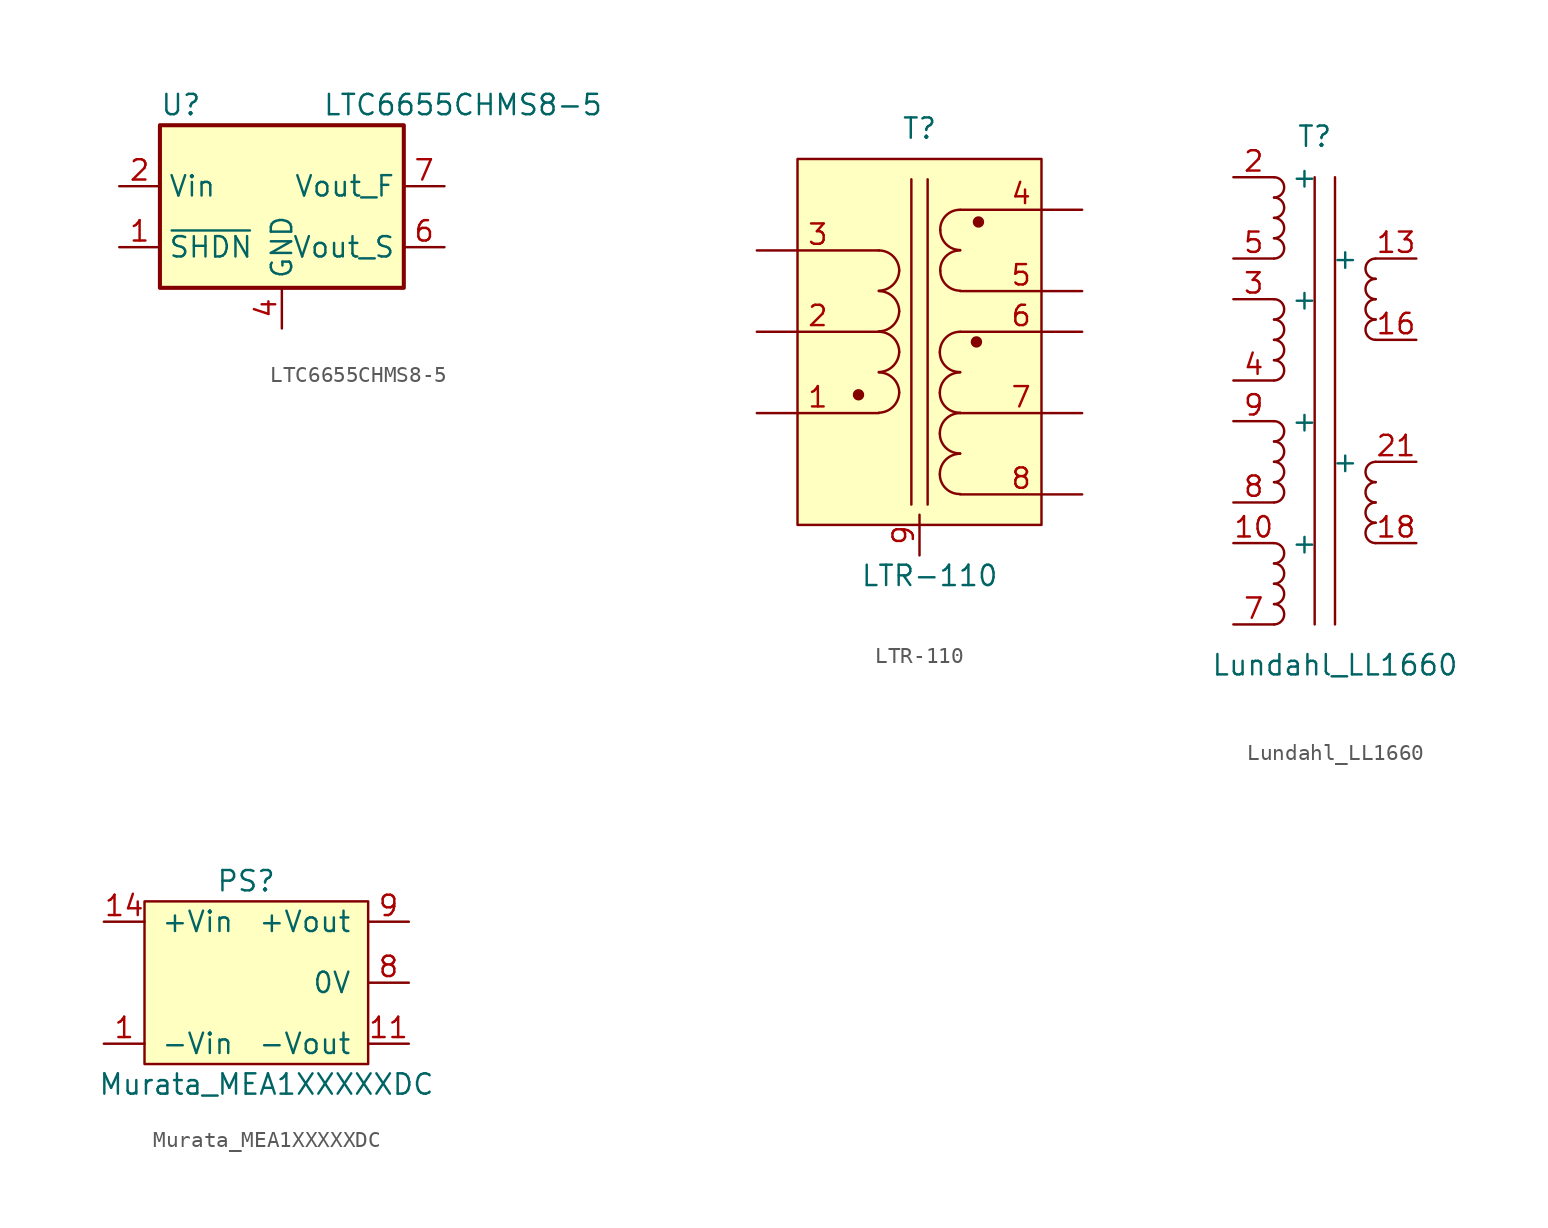
<source format=kicad_sym>
(kicad_symbol_lib
  (version 20211014)
  (generator kicad_symbol_editor)
  (symbol "LTC6655CHMS8-5"
    (property "Reference" "U"
      (at -7.62 6.35 0)
      (effects (font (size 1.27 1.27)) (justify left)))
    (property "Value" "LTC6655CHMS8-5"
      (at 2.54 6.35 0)
      (effects (font (size 1.27 1.27)) (justify left)))
    (symbol "LTC6655CHMS8-5_0_1"
      (rectangle (start -7.62 5.08) (end 7.62 -5.08) (stroke (width 0.254) (type default) (color 0 0 0 0)) (fill (type background))))
    (symbol "LTC6655CHMS8-5_1_1"
      (pin input line (at -10.16 -2.54 0) (length 2.54) (name "~{SHDN}" (effects (font (size 1.27 1.27)))) (number "1" (effects (font (size 1.27 1.27)))))
      (pin power_in line (at -10.16 1.27 0) (length 2.54) (name "Vin" (effects (font (size 1.27 1.27)))) (number "2" (effects (font (size 1.27 1.27)))))
      (pin power_in line (at 0 -7.62 90) (length 2.54) hide (name "GND" (effects (font (size 1.27 1.27)))) (number "3" (effects (font (size 1.27 1.27)))))
      (pin power_in line (at 0 -7.62 90) (length 2.54) (name "GND" (effects (font (size 1.27 1.27)))) (number "4" (effects (font (size 1.27 1.27)))))
      (pin power_in line (at 0 -7.62 90) (length 2.54) hide (name "GND" (effects (font (size 1.27 1.27)))) (number "5" (effects (font (size 1.27 1.27)))))
      (pin power_out line (at 10.16 -2.54 180) (length 2.54) (name "Vout_S" (effects (font (size 1.27 1.27)))) (number "6" (effects (font (size 1.27 1.27)))))
      (pin power_out line (at 10.16 1.27 180) (length 2.54) (name "Vout_F" (effects (font (size 1.27 1.27)))) (number "7" (effects (font (size 1.27 1.27)))))
      (pin power_in line (at 0 -7.62 90) (length 2.54) hide (name "GND" (effects (font (size 1.27 1.27)))) (number "8" (effects (font (size 1.27 1.27)))))))
  (symbol "LTR-110"
    (pin_names
      (offset 1.016) hide)
    (property "Reference" "T"
      (at 0 12.7 0)
      (effects (font (size 1.27 1.27))))
    (property "Value" "LTR-110"
      (at 0.635 -15.24 0)
      (effects (font (size 1.27 1.27))))
    (symbol "LTR-110_0_1"
      (rectangle (start -7.62 10.795) (end 7.62 -12.065) (stroke (width 0) (type default) (color 0 0 0 0)) (fill (type background)))
      (circle (center -3.81 -3.937) (radius 0.279) (stroke (width 0) (type default) (color 0 0 0 0)) (fill (type outline)))
      (arc (start -2.54 -5.0546) (mid -1.6599 -4.6901) (end -1.27 -3.81) (stroke (width 0) (type default) (color 0 0 0 0)) (fill (type none)))
      (arc (start -2.54 -2.5146) (mid -1.6599 -2.1501) (end -1.27 -1.27) (stroke (width 0) (type default) (color 0 0 0 0)) (fill (type none)))
      (arc (start -2.54 0.0254) (mid -1.6599 0.3899) (end -1.27 1.27) (stroke (width 0) (type default) (color 0 0 0 0)) (fill (type none)))
      (arc (start -2.54 2.5654) (mid -1.6599 2.9299) (end -1.27 3.81) (stroke (width 0) (type default) (color 0 0 0 0)) (fill (type none)))
      (arc (start -1.27 -3.81) (mid -1.642 -2.912) (end -2.54 -2.54) (stroke (width 0) (type default) (color 0 0 0 0)) (fill (type none)))
      (arc (start -1.27 -1.27) (mid -1.642 -0.372) (end -2.54 0) (stroke (width 0) (type default) (color 0 0 0 0)) (fill (type none)))
      (arc (start -1.27 1.27) (mid -1.642 2.168) (end -2.54 2.54) (stroke (width 0) (type default) (color 0 0 0 0)) (fill (type none)))
      (arc (start -1.27 3.81) (mid -1.642 4.708) (end -2.54 5.08) (stroke (width 0) (type default) (color 0 0 0 0)) (fill (type none)))
      (polyline (pts (xy -0.508 -10.795) (xy -0.508 9.525)) (stroke (width 0) (type default) (color 0 0 0 0)) (fill (type none)))
      (polyline (pts (xy 0.508 9.525) (xy 0.508 -10.795)) (stroke (width 0) (type default) (color 0 0 0 0)) (fill (type none)))
      (arc (start 1.27 -8.89) (mid 1.642 -9.788) (end 2.54 -10.1346) (stroke (width 0) (type default) (color 0 0 0 0)) (fill (type none)))
      (arc (start 1.27 -6.35) (mid 1.642 -7.248) (end 2.54 -7.5946) (stroke (width 0) (type default) (color 0 0 0 0)) (fill (type none)))
      (arc (start 1.27 -3.81) (mid 1.642 -4.708) (end 2.54 -5.0546) (stroke (width 0) (type default) (color 0 0 0 0)) (fill (type none)))
      (arc (start 1.27 -1.27) (mid 1.642 -2.168) (end 2.54 -2.5146) (stroke (width 0) (type default) (color 0 0 0 0)) (fill (type none)))
      (arc (start 1.2954 3.81) (mid 1.6599 2.9299) (end 2.54 2.5654) (stroke (width 0) (type default) (color 0 0 0 0)) (fill (type none)))
      (arc (start 1.2954 6.35) (mid 1.6599 5.4699) (end 2.54 5.1054) (stroke (width 0) (type default) (color 0 0 0 0)) (fill (type none)))
      (arc (start 2.54 -7.62) (mid 1.642 -7.992) (end 1.27 -8.89) (stroke (width 0) (type default) (color 0 0 0 0)) (fill (type none)))
      (arc (start 2.54 -5.08) (mid 1.642 -5.452) (end 1.27 -6.35) (stroke (width 0) (type default) (color 0 0 0 0)) (fill (type none)))
      (arc (start 2.54 -2.54) (mid 1.642 -2.912) (end 1.27 -3.81) (stroke (width 0) (type default) (color 0 0 0 0)) (fill (type none)))
      (arc (start 2.54 0) (mid 1.642 -0.372) (end 1.27 -1.27) (stroke (width 0) (type default) (color 0 0 0 0)) (fill (type none)))
      (arc (start 2.54 5.08) (mid 1.642 4.708) (end 1.2954 3.81) (stroke (width 0) (type default) (color 0 0 0 0)) (fill (type none)))
      (arc (start 2.54 7.62) (mid 1.642 7.248) (end 1.2954 6.35) (stroke (width 0) (type default) (color 0 0 0 0)) (fill (type none)))
      (circle (center 3.556 -0.635) (radius 0.279) (stroke (width 0) (type default) (color 0 0 0 0)) (fill (type outline)))
      (circle (center 3.683 6.858) (radius 0.279) (stroke (width 0) (type default) (color 0 0 0 0)) (fill (type outline))))
    (symbol "LTR-110_1_1"
      (pin passive line (at -10.16 -5.08 0) (length 7.62) (name "IN+" (effects (font (size 1.27 1.27)))) (number "1" (effects (font (size 1.27 1.27)))))
      (pin passive line (at -10.16 0 0) (length 7.62) (name "PM" (effects (font (size 1.27 1.27)))) (number "2" (effects (font (size 1.27 1.27)))))
      (pin passive line (at -10.16 5.08 0) (length 7.62) (name "IN-" (effects (font (size 1.27 1.27)))) (number "3" (effects (font (size 1.27 1.27)))))
      (pin passive line (at 10.16 7.62 180) (length 7.62) (name "OUT1A" (effects (font (size 1.27 1.27)))) (number "4" (effects (font (size 1.27 1.27)))))
      (pin passive line (at 10.16 2.54 180) (length 7.62) (name "OUT1B" (effects (font (size 1.27 1.27)))) (number "5" (effects (font (size 1.27 1.27)))))
      (pin passive line (at 10.16 0 180) (length 7.62) (name "IN+" (effects (font (size 1.27 1.27)))) (number "6" (effects (font (size 1.27 1.27)))))
      (pin passive line (at 10.16 -5.08 180) (length 7.62) (name "PM" (effects (font (size 1.27 1.27)))) (number "7" (effects (font (size 1.27 1.27)))))
      (pin passive line (at 10.16 -10.16 180) (length 7.62) (name "IN-" (effects (font (size 1.27 1.27)))) (number "8" (effects (font (size 1.27 1.27)))))
      (pin passive line (at 0 -13.97 90) (length 2.54) (name "G" (effects (font (size 1.27 1.27)))) (number "9" (effects (font (size 1.27 1.27)))))))
  (symbol "Lundahl_LL1660"
    (pin_names
      (offset 1.016))
    (property "Reference" "T"
      (at -1.27 10.16 0)
      (effects (font (size 1.27 1.27))))
    (property "Value" "Lundahl_LL1660"
      (at 0 -22.86 0)
      (effects (font (size 1.27 1.27))))
    (symbol "Lundahl_LL1660_0_1"
      (arc (start -3.81 -20.32) (mid -3.175 -19.685) (end -3.81 -19.05) (stroke (width 0) (type default) (color 0 0 0 0)) (fill (type none)))
      (arc (start -3.81 -19.05) (mid -3.175 -18.415) (end -3.81 -17.78) (stroke (width 0) (type default) (color 0 0 0 0)) (fill (type none)))
      (arc (start -3.81 -17.78) (mid -3.175 -17.145) (end -3.81 -16.51) (stroke (width 0) (type default) (color 0 0 0 0)) (fill (type none)))
      (arc (start -3.81 -16.51) (mid -3.175 -15.875) (end -3.81 -15.24) (stroke (width 0) (type default) (color 0 0 0 0)) (fill (type none)))
      (arc (start -3.81 -12.7) (mid -3.175 -12.065) (end -3.81 -11.43) (stroke (width 0) (type default) (color 0 0 0 0)) (fill (type none)))
      (arc (start -3.81 -11.43) (mid -3.175 -10.795) (end -3.81 -10.16) (stroke (width 0) (type default) (color 0 0 0 0)) (fill (type none)))
      (arc (start -3.81 -10.16) (mid -3.175 -9.525) (end -3.81 -8.89) (stroke (width 0) (type default) (color 0 0 0 0)) (fill (type none)))
      (arc (start -3.81 -8.89) (mid -3.175 -8.255) (end -3.81 -7.62) (stroke (width 0) (type default) (color 0 0 0 0)) (fill (type none)))
      (arc (start -3.81 -5.08) (mid -3.175 -4.445) (end -3.81 -3.81) (stroke (width 0) (type default) (color 0 0 0 0)) (fill (type none)))
      (arc (start -3.81 -3.81) (mid -3.175 -3.175) (end -3.81 -2.54) (stroke (width 0) (type default) (color 0 0 0 0)) (fill (type none)))
      (arc (start -3.81 -2.54) (mid -3.175 -1.905) (end -3.81 -1.27) (stroke (width 0) (type default) (color 0 0 0 0)) (fill (type none)))
      (arc (start -3.81 -1.27) (mid -3.175 -0.635) (end -3.81 0) (stroke (width 0) (type default) (color 0 0 0 0)) (fill (type none)))
      (arc (start -3.81 2.54) (mid -3.175 3.175) (end -3.81 3.81) (stroke (width 0) (type default) (color 0 0 0 0)) (fill (type none)))
      (arc (start -3.81 3.81) (mid -3.175 4.445) (end -3.81 5.08) (stroke (width 0) (type default) (color 0 0 0 0)) (fill (type none)))
      (arc (start -3.81 5.08) (mid -3.175 5.715) (end -3.81 6.35) (stroke (width 0) (type default) (color 0 0 0 0)) (fill (type none)))
      (arc (start -3.81 6.35) (mid -3.175 6.985) (end -3.81 7.62) (stroke (width 0) (type default) (color 0 0 0 0)) (fill (type none)))
      (polyline (pts (xy -1.27 7.62) (xy -1.27 -20.32)) (stroke (width 0) (type default) (color 0 0 0 0)) (fill (type none)))
      (polyline (pts (xy 0 7.62) (xy 0 -20.32)) (stroke (width 0) (type default) (color 0 0 0 0)) (fill (type none)))
      (arc (start 2.54 -13.97) (mid 1.905 -14.605) (end 2.54 -15.24) (stroke (width 0) (type default) (color 0 0 0 0)) (fill (type none)))
      (arc (start 2.54 -12.7) (mid 1.905 -13.335) (end 2.54 -13.97) (stroke (width 0) (type default) (color 0 0 0 0)) (fill (type none)))
      (arc (start 2.54 -11.43) (mid 1.905 -12.065) (end 2.54 -12.7) (stroke (width 0) (type default) (color 0 0 0 0)) (fill (type none)))
      (arc (start 2.54 -10.16) (mid 1.905 -10.795) (end 2.54 -11.43) (stroke (width 0) (type default) (color 0 0 0 0)) (fill (type none)))
      (arc (start 2.54 -1.27) (mid 1.905 -1.905) (end 2.54 -2.54) (stroke (width 0) (type default) (color 0 0 0 0)) (fill (type none)))
      (arc (start 2.54 0) (mid 1.905 -0.635) (end 2.54 -1.27) (stroke (width 0) (type default) (color 0 0 0 0)) (fill (type none)))
      (arc (start 2.54 1.27) (mid 1.905 0.635) (end 2.54 0) (stroke (width 0) (type default) (color 0 0 0 0)) (fill (type none)))
      (arc (start 2.54 2.54) (mid 1.905 1.905) (end 2.54 1.27) (stroke (width 0) (type default) (color 0 0 0 0)) (fill (type none))))
    (symbol "Lundahl_LL1660_1_1"
      (pin input line (at -6.35 -15.24 0) (length 2.54) (name "+" (effects (font (size 1.27 1.27)))) (number "10" (effects (font (size 1.27 1.27)))))
      (pin input line (at 5.08 2.54 180) (length 2.54) (name "+" (effects (font (size 1.27 1.27)))) (number "13" (effects (font (size 1.27 1.27)))))
      (pin input line (at 5.08 -2.54 180) (length 2.54) (name "~" (effects (font (size 1.27 1.27)))) (number "16" (effects (font (size 1.27 1.27)))))
      (pin input line (at 5.08 -15.24 180) (length 2.54) (name "~" (effects (font (size 1.27 1.27)))) (number "18" (effects (font (size 1.27 1.27)))))
      (pin input line (at -6.35 7.62 0) (length 2.54) (name "+" (effects (font (size 1.27 1.27)))) (number "2" (effects (font (size 1.27 1.27)))))
      (pin input line (at 5.08 -10.16 180) (length 2.54) (name "+" (effects (font (size 1.27 1.27)))) (number "21" (effects (font (size 1.27 1.27)))))
      (pin input line (at -6.35 0 0) (length 2.54) (name "+" (effects (font (size 1.27 1.27)))) (number "3" (effects (font (size 1.27 1.27)))))
      (pin input line (at -6.35 -5.08 0) (length 2.54) (name "~" (effects (font (size 1.27 1.27)))) (number "4" (effects (font (size 1.27 1.27)))))
      (pin input line (at -6.35 2.54 0) (length 2.54) (name "~" (effects (font (size 1.27 1.27)))) (number "5" (effects (font (size 1.27 1.27)))))
      (pin input line (at -6.35 -20.32 0) (length 2.54) (name "~" (effects (font (size 1.27 1.27)))) (number "7" (effects (font (size 1.27 1.27)))))
      (pin input line (at -6.35 -12.7 0) (length 2.54) (name "~" (effects (font (size 1.27 1.27)))) (number "8" (effects (font (size 1.27 1.27)))))
      (pin input line (at -6.35 -7.62 0) (length 2.54) (name "+" (effects (font (size 1.27 1.27)))) (number "9" (effects (font (size 1.27 1.27)))))))
  (symbol "Murata_MEA1XXXXXDC"
    (pin_names
      (offset 1.016))
    (property "Reference" "PS"
      (at 8.89 2.54 0)
      (effects (font (size 1.27 1.27))))
    (property "Value" "Murata_MEA1XXXXXDC"
      (at 10.16 -10.16 0)
      (effects (font (size 1.27 1.27))))
    (symbol "Murata_MEA1XXXXXDC_0_1"
      (rectangle (start 2.54 1.27) (end 16.51 -8.89) (stroke (width 0) (type default) (color 0 0 0 0)) (fill (type background))))
    (symbol "Murata_MEA1XXXXXDC_1_1"
      (pin input line (at 0 -7.62 0) (length 2.54) (name "-Vin" (effects (font (size 1.27 1.27)))) (number "1" (effects (font (size 1.27 1.27)))))
      (pin input line (at 19.05 -7.62 180) (length 2.54) (name "-Vout" (effects (font (size 1.27 1.27)))) (number "11" (effects (font (size 1.27 1.27)))))
      (pin input line (at 0 0 0) (length 2.54) (name "+Vin" (effects (font (size 1.27 1.27)))) (number "14" (effects (font (size 1.27 1.27)))))
      (pin input line (at 0 -3.81 0) (length 2.54) hide (name "NC" (effects (font (size 1.27 1.27)))) (number "7" (effects (font (size 1.27 1.27)))))
      (pin input line (at 19.05 -3.81 180) (length 2.54) (name "0V" (effects (font (size 1.27 1.27)))) (number "8" (effects (font (size 1.27 1.27)))))
      (pin input line (at 19.05 0 180) (length 2.54) (name "+Vout" (effects (font (size 1.27 1.27)))) (number "9" (effects (font (size 1.27 1.27))))))))
</source>
